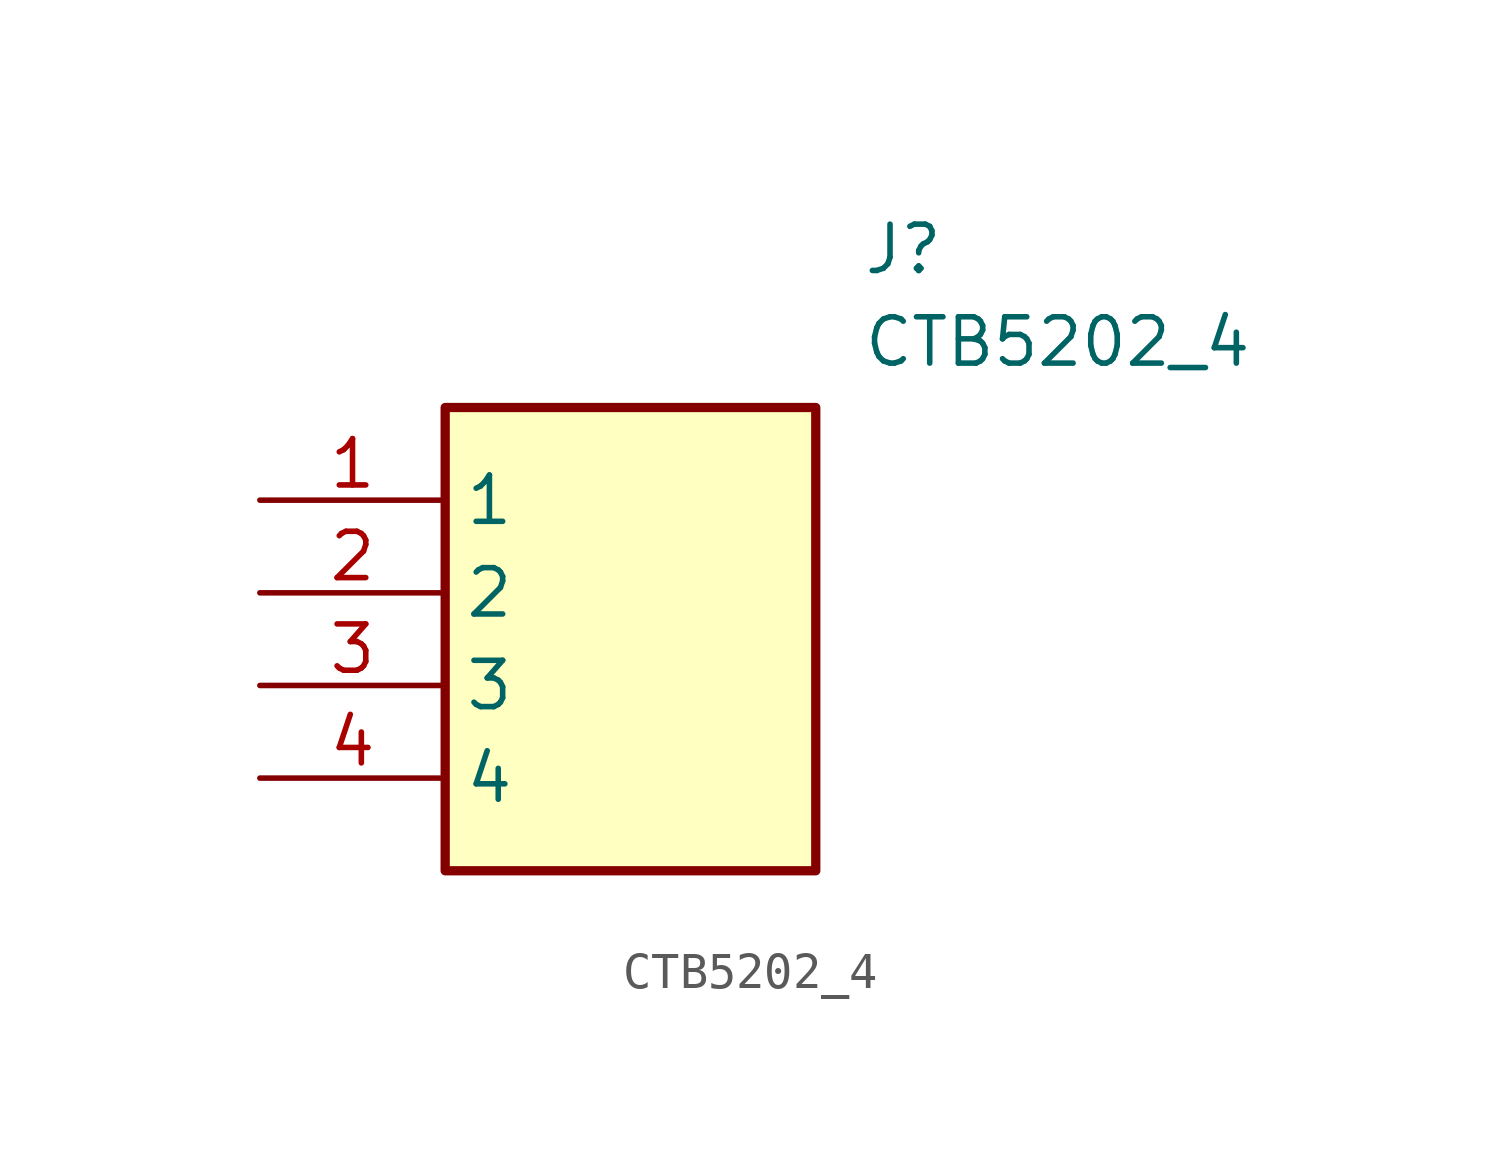
<source format=kicad_sym>
(kicad_symbol_lib
  (version 20211014)
  (generator SamacSys_ECAD_Model)
  (symbol "CTB5202_4"
    (property "Reference" "J"
      (at 16.51 7.62 0)
      (effects (font (size 1.27 1.27)) (justify left top)))
    (property "Value" "CTB5202_4"
      (at 16.51 5.08 0)
      (effects (font (size 1.27 1.27)) (justify left top)))
    (rectangle
      (start 5.08 2.54)
      (end 15.24 -10.16)
      (stroke (width 0.254) (type default))
      (fill (type background)))
    (pin passive line
      (at 0 0 0)
      (length 5.08)
      (name "1" (effects (font (size 1.27 1.27))))
      (number "1" (effects (font (size 1.27 1.27)))))
    (pin passive line
      (at 0 -2.54 0)
      (length 5.08)
      (name "2" (effects (font (size 1.27 1.27))))
      (number "2" (effects (font (size 1.27 1.27)))))
    (pin passive line
      (at 0 -5.08 0)
      (length 5.08)
      (name "3" (effects (font (size 1.27 1.27))))
      (number "3" (effects (font (size 1.27 1.27)))))
    (pin passive line
      (at 0 -7.62 0)
      (length 5.08)
      (name "4" (effects (font (size 1.27 1.27))))
      (number "4" (effects (font (size 1.27 1.27)))))))
</source>
